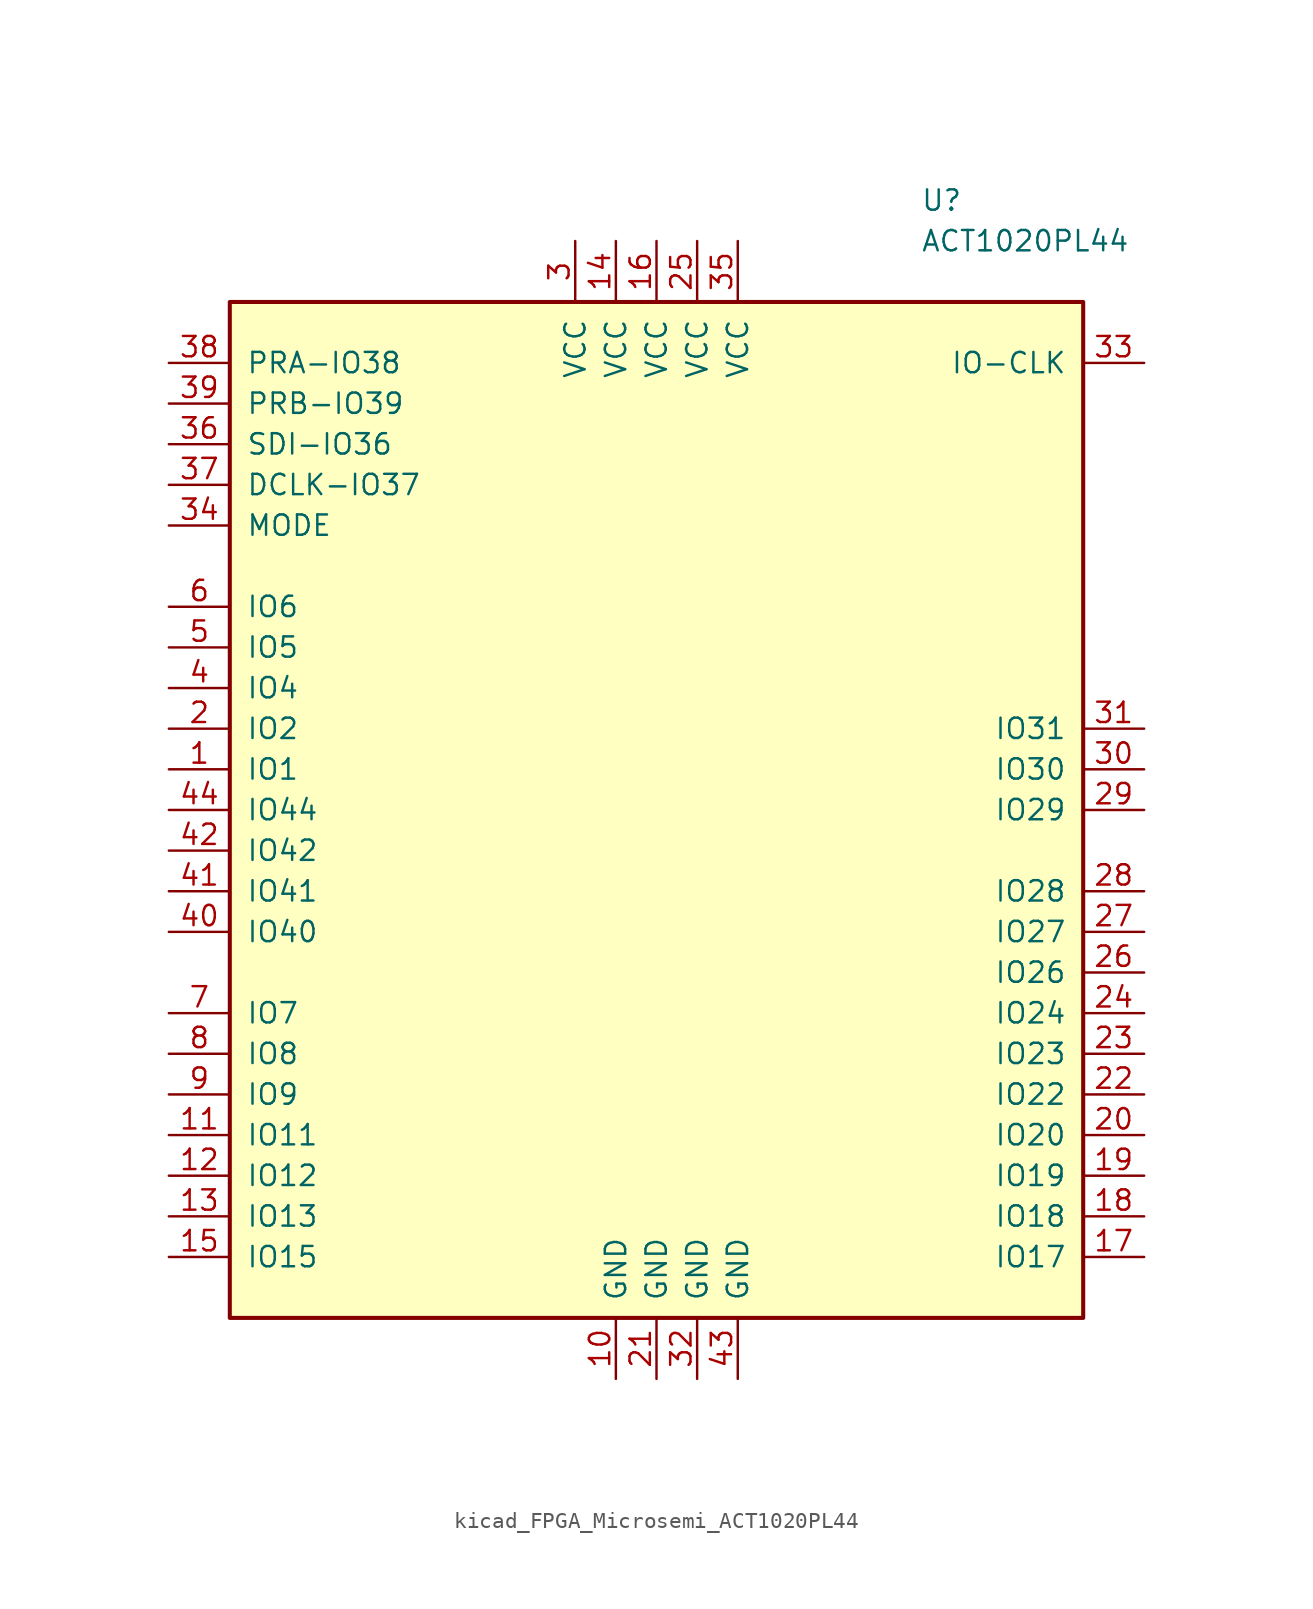
<source format=kicad_sym>
(kicad_symbol_lib
  (version 20220914)
  (generator kicad_symbol_editor)
  (symbol "kicad_FPGA_Microsemi_ACT1020PL44"
    (pin_names
      (offset 1.016))
    (property "Reference" "U"
      (at 16.51 38.1 0)
      (effects (font (size 1.27 1.27)) (justify left)))
    (property "Value" "ACT1020PL44"
      (at 16.51 35.56 0)
      (effects (font (size 1.27 1.27)) (justify left)))
    (symbol "kicad_FPGA_Microsemi_ACT1020PL44_0_1"
      (rectangle (start -26.67 -31.75) (end 26.67 31.75) (stroke (width 0.254) (type default)) (fill (type background))))
    (symbol "kicad_FPGA_Microsemi_ACT1020PL44_1_1"
      (pin input line (at -30.48 2.54 0) (length 3.81) (name "IO1" (effects (font (size 1.27 1.27)))) (number "1" (effects (font (size 1.27 1.27)))))
      (pin power_in line (at -2.54 -35.56 90) (length 3.81) (name "GND" (effects (font (size 1.27 1.27)))) (number "10" (effects (font (size 1.27 1.27)))))
      (pin input line (at -30.48 -20.32 0) (length 3.81) (name "IO11" (effects (font (size 1.27 1.27)))) (number "11" (effects (font (size 1.27 1.27)))))
      (pin input line (at -30.48 -22.86 0) (length 3.81) (name "IO12" (effects (font (size 1.27 1.27)))) (number "12" (effects (font (size 1.27 1.27)))))
      (pin input line (at -30.48 -25.4 0) (length 3.81) (name "IO13" (effects (font (size 1.27 1.27)))) (number "13" (effects (font (size 1.27 1.27)))))
      (pin power_in line (at -2.54 35.56 270) (length 3.81) (name "VCC" (effects (font (size 1.27 1.27)))) (number "14" (effects (font (size 1.27 1.27)))))
      (pin input line (at -30.48 -27.94 0) (length 3.81) (name "IO15" (effects (font (size 1.27 1.27)))) (number "15" (effects (font (size 1.27 1.27)))))
      (pin power_in line (at 0 35.56 270) (length 3.81) (name "VCC" (effects (font (size 1.27 1.27)))) (number "16" (effects (font (size 1.27 1.27)))))
      (pin input line (at 30.48 -27.94 180) (length 3.81) (name "IO17" (effects (font (size 1.27 1.27)))) (number "17" (effects (font (size 1.27 1.27)))))
      (pin input line (at 30.48 -25.4 180) (length 3.81) (name "IO18" (effects (font (size 1.27 1.27)))) (number "18" (effects (font (size 1.27 1.27)))))
      (pin input line (at 30.48 -22.86 180) (length 3.81) (name "IO19" (effects (font (size 1.27 1.27)))) (number "19" (effects (font (size 1.27 1.27)))))
      (pin input line (at -30.48 5.08 0) (length 3.81) (name "IO2" (effects (font (size 1.27 1.27)))) (number "2" (effects (font (size 1.27 1.27)))))
      (pin input line (at 30.48 -20.32 180) (length 3.81) (name "IO20" (effects (font (size 1.27 1.27)))) (number "20" (effects (font (size 1.27 1.27)))))
      (pin power_in line (at 0 -35.56 90) (length 3.81) (name "GND" (effects (font (size 1.27 1.27)))) (number "21" (effects (font (size 1.27 1.27)))))
      (pin input line (at 30.48 -17.78 180) (length 3.81) (name "IO22" (effects (font (size 1.27 1.27)))) (number "22" (effects (font (size 1.27 1.27)))))
      (pin input line (at 30.48 -15.24 180) (length 3.81) (name "IO23" (effects (font (size 1.27 1.27)))) (number "23" (effects (font (size 1.27 1.27)))))
      (pin input line (at 30.48 -12.7 180) (length 3.81) (name "IO24" (effects (font (size 1.27 1.27)))) (number "24" (effects (font (size 1.27 1.27)))))
      (pin power_in line (at 2.54 35.56 270) (length 3.81) (name "VCC" (effects (font (size 1.27 1.27)))) (number "25" (effects (font (size 1.27 1.27)))))
      (pin input line (at 30.48 -10.16 180) (length 3.81) (name "IO26" (effects (font (size 1.27 1.27)))) (number "26" (effects (font (size 1.27 1.27)))))
      (pin input line (at 30.48 -7.62 180) (length 3.81) (name "IO27" (effects (font (size 1.27 1.27)))) (number "27" (effects (font (size 1.27 1.27)))))
      (pin input line (at 30.48 -5.08 180) (length 3.81) (name "IO28" (effects (font (size 1.27 1.27)))) (number "28" (effects (font (size 1.27 1.27)))))
      (pin input line (at 30.48 0 180) (length 3.81) (name "IO29" (effects (font (size 1.27 1.27)))) (number "29" (effects (font (size 1.27 1.27)))))
      (pin power_in line (at -5.08 35.56 270) (length 3.81) (name "VCC" (effects (font (size 1.27 1.27)))) (number "3" (effects (font (size 1.27 1.27)))))
      (pin input line (at 30.48 2.54 180) (length 3.81) (name "IO30" (effects (font (size 1.27 1.27)))) (number "30" (effects (font (size 1.27 1.27)))))
      (pin input line (at 30.48 5.08 180) (length 3.81) (name "IO31" (effects (font (size 1.27 1.27)))) (number "31" (effects (font (size 1.27 1.27)))))
      (pin power_in line (at 2.54 -35.56 90) (length 3.81) (name "GND" (effects (font (size 1.27 1.27)))) (number "32" (effects (font (size 1.27 1.27)))))
      (pin input line (at 30.48 27.94 180) (length 3.81) (name "IO-CLK" (effects (font (size 1.27 1.27)))) (number "33" (effects (font (size 1.27 1.27)))))
      (pin input line (at -30.48 17.78 0) (length 3.81) (name "MODE" (effects (font (size 1.27 1.27)))) (number "34" (effects (font (size 1.27 1.27)))))
      (pin power_in line (at 5.08 35.56 270) (length 3.81) (name "VCC" (effects (font (size 1.27 1.27)))) (number "35" (effects (font (size 1.27 1.27)))))
      (pin input line (at -30.48 22.86 0) (length 3.81) (name "SDI-IO36" (effects (font (size 1.27 1.27)))) (number "36" (effects (font (size 1.27 1.27)))))
      (pin input line (at -30.48 20.32 0) (length 3.81) (name "DCLK-IO37" (effects (font (size 1.27 1.27)))) (number "37" (effects (font (size 1.27 1.27)))))
      (pin input line (at -30.48 27.94 0) (length 3.81) (name "PRA-IO38" (effects (font (size 1.27 1.27)))) (number "38" (effects (font (size 1.27 1.27)))))
      (pin input line (at -30.48 25.4 0) (length 3.81) (name "PRB-IO39" (effects (font (size 1.27 1.27)))) (number "39" (effects (font (size 1.27 1.27)))))
      (pin input line (at -30.48 7.62 0) (length 3.81) (name "IO4" (effects (font (size 1.27 1.27)))) (number "4" (effects (font (size 1.27 1.27)))))
      (pin input line (at -30.48 -7.62 0) (length 3.81) (name "IO40" (effects (font (size 1.27 1.27)))) (number "40" (effects (font (size 1.27 1.27)))))
      (pin input line (at -30.48 -5.08 0) (length 3.81) (name "IO41" (effects (font (size 1.27 1.27)))) (number "41" (effects (font (size 1.27 1.27)))))
      (pin input line (at -30.48 -2.54 0) (length 3.81) (name "IO42" (effects (font (size 1.27 1.27)))) (number "42" (effects (font (size 1.27 1.27)))))
      (pin power_in line (at 5.08 -35.56 90) (length 3.81) (name "GND" (effects (font (size 1.27 1.27)))) (number "43" (effects (font (size 1.27 1.27)))))
      (pin input line (at -30.48 0 0) (length 3.81) (name "IO44" (effects (font (size 1.27 1.27)))) (number "44" (effects (font (size 1.27 1.27)))))
      (pin input line (at -30.48 10.16 0) (length 3.81) (name "IO5" (effects (font (size 1.27 1.27)))) (number "5" (effects (font (size 1.27 1.27)))))
      (pin input line (at -30.48 12.7 0) (length 3.81) (name "IO6" (effects (font (size 1.27 1.27)))) (number "6" (effects (font (size 1.27 1.27)))))
      (pin input line (at -30.48 -12.7 0) (length 3.81) (name "IO7" (effects (font (size 1.27 1.27)))) (number "7" (effects (font (size 1.27 1.27)))))
      (pin input line (at -30.48 -15.24 0) (length 3.81) (name "IO8" (effects (font (size 1.27 1.27)))) (number "8" (effects (font (size 1.27 1.27)))))
      (pin input line (at -30.48 -17.78 0) (length 3.81) (name "IO9" (effects (font (size 1.27 1.27)))) (number "9" (effects (font (size 1.27 1.27))))))))
</source>
